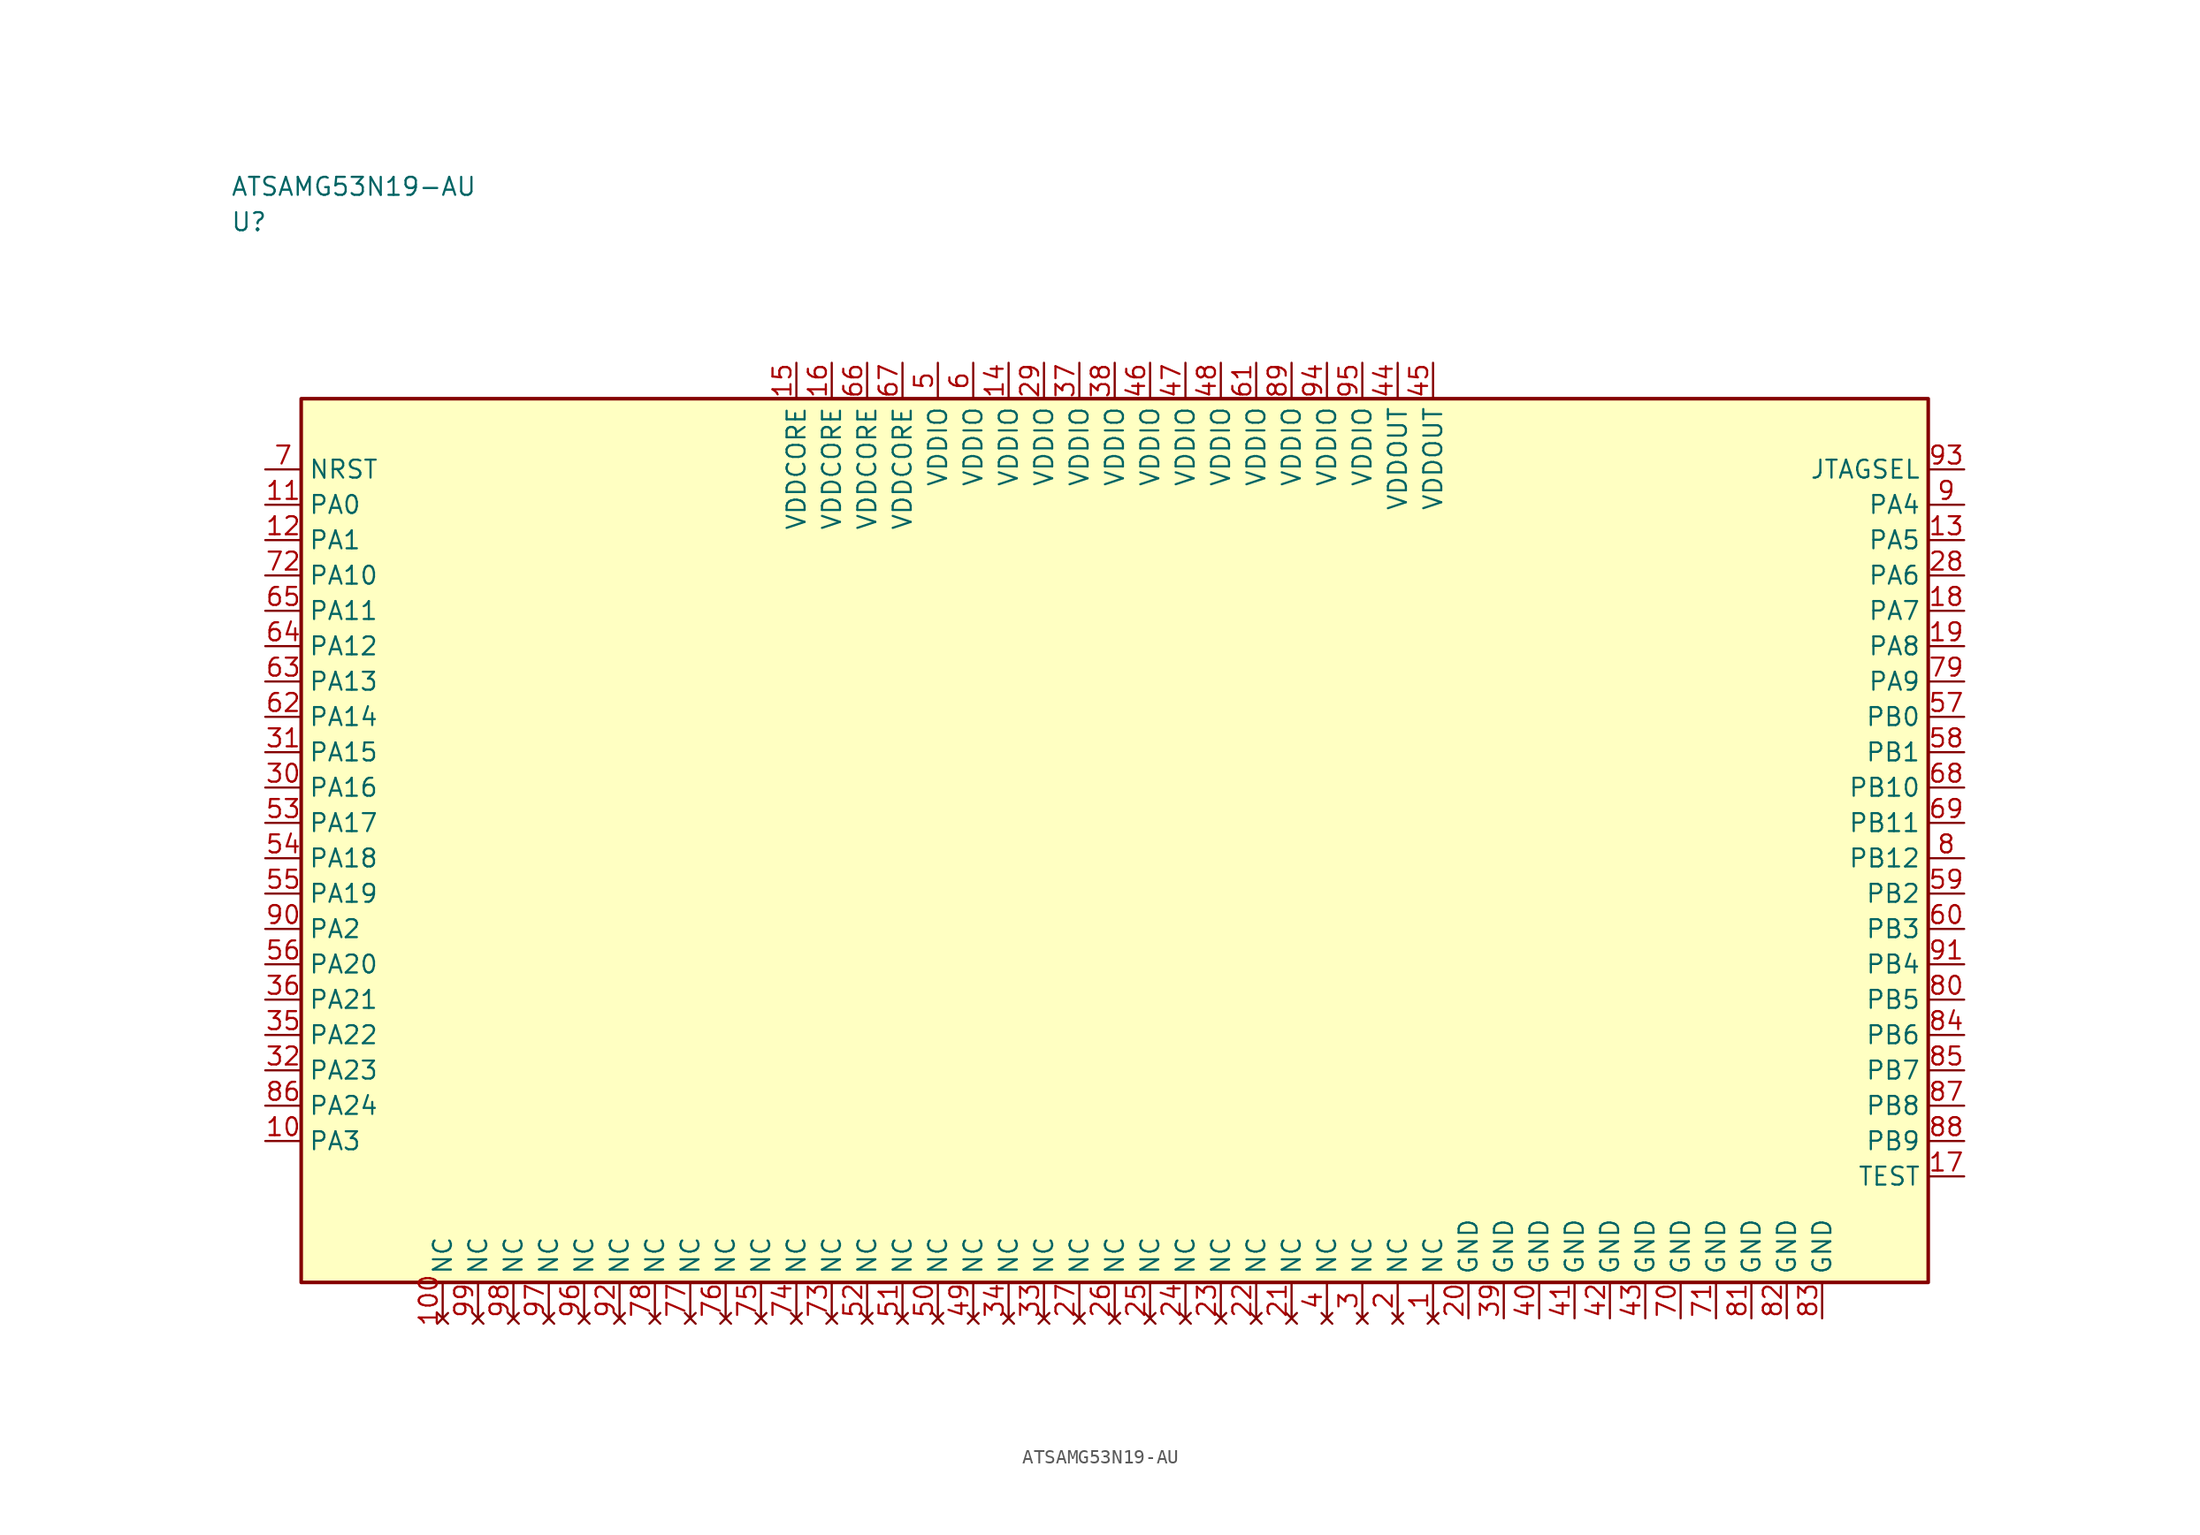
<source format=kicad_sym>
(kicad_symbol_lib
  (version 20241025)
  (generator "kicad_symbol_editor")
  (generator_version "8.0")
  (symbol "ATSAMG53N19-AU"
    (property "Reference" "U"
      (at -62.5 43.75 0)
      (effects (font (size 1.27 1.27)) (justify left)))
    (property "Value" "ATSAMG53N19-AU"
      (at -62.5 46.25 0)
      (effects (font (size 1.27 1.27)) (justify left)))
    (symbol "ATSAMG53N19-AU_0_1"
      (rectangle (start -57.5 31.25) (end 57.5 -31.25) (stroke (width 0.254) (type default)) (fill (type background))))
    (symbol "ATSAMG53N19-AU_1_1"
      (pin bidirectional line (at -60.04 23.75 0.0) (length 2.54) (name "PA0" (effects (font (size 1.27 1.27)))) (number "11" (effects (font (size 1.27 1.27)))))
      (pin bidirectional line (at -60.04 21.25 0.0) (length 2.54) (name "PA1" (effects (font (size 1.27 1.27)))) (number "12" (effects (font (size 1.27 1.27)))))
      (pin bidirectional line (at -60.04 -6.25 0.0) (length 2.54) (name "PA2" (effects (font (size 1.27 1.27)))) (number "90" (effects (font (size 1.27 1.27)))))
      (pin bidirectional line (at -60.04 -21.25 0.0) (length 2.54) (name "PA3" (effects (font (size 1.27 1.27)))) (number "10" (effects (font (size 1.27 1.27)))))
      (pin bidirectional line (at 60.04 23.75 180.0) (length 2.54) (name "PA4" (effects (font (size 1.27 1.27)))) (number "9" (effects (font (size 1.27 1.27)))))
      (pin bidirectional line (at 60.04 21.25 180.0) (length 2.54) (name "PA5" (effects (font (size 1.27 1.27)))) (number "13" (effects (font (size 1.27 1.27)))))
      (pin bidirectional line (at 60.04 18.75 180.0) (length 2.54) (name "PA6" (effects (font (size 1.27 1.27)))) (number "28" (effects (font (size 1.27 1.27)))))
      (pin bidirectional line (at 60.04 16.25 180.0) (length 2.54) (name "PA7" (effects (font (size 1.27 1.27)))) (number "18" (effects (font (size 1.27 1.27)))))
      (pin bidirectional line (at 60.04 13.75 180.0) (length 2.54) (name "PA8" (effects (font (size 1.27 1.27)))) (number "19" (effects (font (size 1.27 1.27)))))
      (pin bidirectional line (at 60.04 11.25 180.0) (length 2.54) (name "PA9" (effects (font (size 1.27 1.27)))) (number "79" (effects (font (size 1.27 1.27)))))
      (pin bidirectional line (at -60.04 18.75 0.0) (length 2.54) (name "PA10" (effects (font (size 1.27 1.27)))) (number "72" (effects (font (size 1.27 1.27)))))
      (pin bidirectional line (at -60.04 16.25 0.0) (length 2.54) (name "PA11" (effects (font (size 1.27 1.27)))) (number "65" (effects (font (size 1.27 1.27)))))
      (pin bidirectional line (at -60.04 13.75 0.0) (length 2.54) (name "PA12" (effects (font (size 1.27 1.27)))) (number "64" (effects (font (size 1.27 1.27)))))
      (pin bidirectional line (at -60.04 11.25 0.0) (length 2.54) (name "PA13" (effects (font (size 1.27 1.27)))) (number "63" (effects (font (size 1.27 1.27)))))
      (pin bidirectional line (at -60.04 8.75 0.0) (length 2.54) (name "PA14" (effects (font (size 1.27 1.27)))) (number "62" (effects (font (size 1.27 1.27)))))
      (pin bidirectional line (at -60.04 6.25 0.0) (length 2.54) (name "PA15" (effects (font (size 1.27 1.27)))) (number "31" (effects (font (size 1.27 1.27)))))
      (pin bidirectional line (at -60.04 3.75 0.0) (length 2.54) (name "PA16" (effects (font (size 1.27 1.27)))) (number "30" (effects (font (size 1.27 1.27)))))
      (pin bidirectional line (at -60.04 1.25 0.0) (length 2.54) (name "PA17" (effects (font (size 1.27 1.27)))) (number "53" (effects (font (size 1.27 1.27)))))
      (pin bidirectional line (at -60.04 -1.25 0.0) (length 2.54) (name "PA18" (effects (font (size 1.27 1.27)))) (number "54" (effects (font (size 1.27 1.27)))))
      (pin bidirectional line (at -60.04 -3.75 0.0) (length 2.54) (name "PA19" (effects (font (size 1.27 1.27)))) (number "55" (effects (font (size 1.27 1.27)))))
      (pin bidirectional line (at -60.04 -8.75 0.0) (length 2.54) (name "PA20" (effects (font (size 1.27 1.27)))) (number "56" (effects (font (size 1.27 1.27)))))
      (pin bidirectional line (at -60.04 -11.25 0.0) (length 2.54) (name "PA21" (effects (font (size 1.27 1.27)))) (number "36" (effects (font (size 1.27 1.27)))))
      (pin bidirectional line (at -60.04 -13.75 0.0) (length 2.54) (name "PA22" (effects (font (size 1.27 1.27)))) (number "35" (effects (font (size 1.27 1.27)))))
      (pin bidirectional line (at -60.04 -16.25 0.0) (length 2.54) (name "PA23" (effects (font (size 1.27 1.27)))) (number "32" (effects (font (size 1.27 1.27)))))
      (pin bidirectional line (at -60.04 -18.75 0.0) (length 2.54) (name "PA24" (effects (font (size 1.27 1.27)))) (number "86" (effects (font (size 1.27 1.27)))))
      (pin bidirectional line (at 60.04 8.75 180.0) (length 2.54) (name "PB0" (effects (font (size 1.27 1.27)))) (number "57" (effects (font (size 1.27 1.27)))))
      (pin bidirectional line (at 60.04 6.25 180.0) (length 2.54) (name "PB1" (effects (font (size 1.27 1.27)))) (number "58" (effects (font (size 1.27 1.27)))))
      (pin bidirectional line (at 60.04 -3.75 180.0) (length 2.54) (name "PB2" (effects (font (size 1.27 1.27)))) (number "59" (effects (font (size 1.27 1.27)))))
      (pin bidirectional line (at 60.04 -6.25 180.0) (length 2.54) (name "PB3" (effects (font (size 1.27 1.27)))) (number "60" (effects (font (size 1.27 1.27)))))
      (pin bidirectional line (at 60.04 -11.25 180.0) (length 2.54) (name "PB5" (effects (font (size 1.27 1.27)))) (number "80" (effects (font (size 1.27 1.27)))))
      (pin bidirectional line (at 60.04 -13.75 180.0) (length 2.54) (name "PB6" (effects (font (size 1.27 1.27)))) (number "84" (effects (font (size 1.27 1.27)))))
      (pin bidirectional line (at 60.04 -8.75 180.0) (length 2.54) (name "PB4" (effects (font (size 1.27 1.27)))) (number "91" (effects (font (size 1.27 1.27)))))
      (pin bidirectional line (at 60.04 -16.25 180.0) (length 2.54) (name "PB7" (effects (font (size 1.27 1.27)))) (number "85" (effects (font (size 1.27 1.27)))))
      (pin bidirectional line (at 60.04 -18.75 180.0) (length 2.54) (name "PB8" (effects (font (size 1.27 1.27)))) (number "87" (effects (font (size 1.27 1.27)))))
      (pin bidirectional line (at 60.04 -21.25 180.0) (length 2.54) (name "PB9" (effects (font (size 1.27 1.27)))) (number "88" (effects (font (size 1.27 1.27)))))
      (pin bidirectional line (at 60.04 3.75 180.0) (length 2.54) (name "PB10" (effects (font (size 1.27 1.27)))) (number "68" (effects (font (size 1.27 1.27)))))
      (pin bidirectional line (at 60.04 1.25 180.0) (length 2.54) (name "PB11" (effects (font (size 1.27 1.27)))) (number "69" (effects (font (size 1.27 1.27)))))
      (pin bidirectional line (at 60.04 -1.25 180.0) (length 2.54) (name "PB12" (effects (font (size 1.27 1.27)))) (number "8" (effects (font (size 1.27 1.27)))))
      (pin no_connect line (at 22.5 -33.79 90.0) (length 2.54) (name "NC" (effects (font (size 1.27 1.27)))) (number "1" (effects (font (size 1.27 1.27)))))
      (pin no_connect line (at 20.0 -33.79 90.0) (length 2.54) (name "NC" (effects (font (size 1.27 1.27)))) (number "2" (effects (font (size 1.27 1.27)))))
      (pin no_connect line (at 17.5 -33.79 90.0) (length 2.54) (name "NC" (effects (font (size 1.27 1.27)))) (number "3" (effects (font (size 1.27 1.27)))))
      (pin no_connect line (at 15.0 -33.79 90.0) (length 2.54) (name "NC" (effects (font (size 1.27 1.27)))) (number "4" (effects (font (size 1.27 1.27)))))
      (pin power_in line (at -12.5 33.79 270.0) (length 2.54) (name "VDDIO" (effects (font (size 1.27 1.27)))) (number "5" (effects (font (size 1.27 1.27)))))
      (pin power_in line (at -10.0 33.79 270.0) (length 2.54) (name "VDDIO" (effects (font (size 1.27 1.27)))) (number "6" (effects (font (size 1.27 1.27)))))
      (pin input line (at -60.04 26.25 0.0) (length 2.54) (name "NRST" (effects (font (size 1.27 1.27)))) (number "7" (effects (font (size 1.27 1.27)))))
      (pin power_in line (at -7.5 33.79 270.0) (length 2.54) (name "VDDIO" (effects (font (size 1.27 1.27)))) (number "14" (effects (font (size 1.27 1.27)))))
      (pin power_in line (at -22.5 33.79 270.0) (length 2.54) (name "VDDCORE" (effects (font (size 1.27 1.27)))) (number "15" (effects (font (size 1.27 1.27)))))
      (pin power_in line (at -20.0 33.79 270.0) (length 2.54) (name "VDDCORE" (effects (font (size 1.27 1.27)))) (number "16" (effects (font (size 1.27 1.27)))))
      (pin bidirectional line (at 60.04 -23.75 180.0) (length 2.54) (name "TEST" (effects (font (size 1.27 1.27)))) (number "17" (effects (font (size 1.27 1.27)))))
      (pin passive line (at 25.0 -33.79 90.0) (length 2.54) (name "GND" (effects (font (size 1.27 1.27)))) (number "20" (effects (font (size 1.27 1.27)))))
      (pin no_connect line (at 12.5 -33.79 90.0) (length 2.54) (name "NC" (effects (font (size 1.27 1.27)))) (number "21" (effects (font (size 1.27 1.27)))))
      (pin no_connect line (at 10.0 -33.79 90.0) (length 2.54) (name "NC" (effects (font (size 1.27 1.27)))) (number "22" (effects (font (size 1.27 1.27)))))
      (pin no_connect line (at 7.5 -33.79 90.0) (length 2.54) (name "NC" (effects (font (size 1.27 1.27)))) (number "23" (effects (font (size 1.27 1.27)))))
      (pin no_connect line (at 5.0 -33.79 90.0) (length 2.54) (name "NC" (effects (font (size 1.27 1.27)))) (number "24" (effects (font (size 1.27 1.27)))))
      (pin no_connect line (at 2.5 -33.79 90.0) (length 2.54) (name "NC" (effects (font (size 1.27 1.27)))) (number "25" (effects (font (size 1.27 1.27)))))
      (pin no_connect line (at 0.0 -33.79 90.0) (length 2.54) (name "NC" (effects (font (size 1.27 1.27)))) (number "26" (effects (font (size 1.27 1.27)))))
      (pin no_connect line (at -2.5 -33.79 90.0) (length 2.54) (name "NC" (effects (font (size 1.27 1.27)))) (number "27" (effects (font (size 1.27 1.27)))))
      (pin power_in line (at -5.0 33.79 270.0) (length 2.54) (name "VDDIO" (effects (font (size 1.27 1.27)))) (number "29" (effects (font (size 1.27 1.27)))))
      (pin no_connect line (at -5.0 -33.79 90.0) (length 2.54) (name "NC" (effects (font (size 1.27 1.27)))) (number "33" (effects (font (size 1.27 1.27)))))
      (pin no_connect line (at -7.5 -33.79 90.0) (length 2.54) (name "NC" (effects (font (size 1.27 1.27)))) (number "34" (effects (font (size 1.27 1.27)))))
      (pin power_in line (at -2.5 33.79 270.0) (length 2.54) (name "VDDIO" (effects (font (size 1.27 1.27)))) (number "37" (effects (font (size 1.27 1.27)))))
      (pin power_in line (at 0.0 33.79 270.0) (length 2.54) (name "VDDIO" (effects (font (size 1.27 1.27)))) (number "38" (effects (font (size 1.27 1.27)))))
      (pin passive line (at 27.5 -33.79 90.0) (length 2.54) (name "GND" (effects (font (size 1.27 1.27)))) (number "39" (effects (font (size 1.27 1.27)))))
      (pin passive line (at 30.0 -33.79 90.0) (length 2.54) (name "GND" (effects (font (size 1.27 1.27)))) (number "40" (effects (font (size 1.27 1.27)))))
      (pin passive line (at 32.5 -33.79 90.0) (length 2.54) (name "GND" (effects (font (size 1.27 1.27)))) (number "41" (effects (font (size 1.27 1.27)))))
      (pin passive line (at 35.0 -33.79 90.0) (length 2.54) (name "GND" (effects (font (size 1.27 1.27)))) (number "42" (effects (font (size 1.27 1.27)))))
      (pin passive line (at 37.5 -33.79 90.0) (length 2.54) (name "GND" (effects (font (size 1.27 1.27)))) (number "43" (effects (font (size 1.27 1.27)))))
      (pin power_in line (at 20.0 33.79 270.0) (length 2.54) (name "VDDOUT" (effects (font (size 1.27 1.27)))) (number "44" (effects (font (size 1.27 1.27)))))
      (pin power_in line (at 22.5 33.79 270.0) (length 2.54) (name "VDDOUT" (effects (font (size 1.27 1.27)))) (number "45" (effects (font (size 1.27 1.27)))))
      (pin power_in line (at 2.5 33.79 270.0) (length 2.54) (name "VDDIO" (effects (font (size 1.27 1.27)))) (number "46" (effects (font (size 1.27 1.27)))))
      (pin power_in line (at 5.0 33.79 270.0) (length 2.54) (name "VDDIO" (effects (font (size 1.27 1.27)))) (number "47" (effects (font (size 1.27 1.27)))))
      (pin power_in line (at 7.5 33.79 270.0) (length 2.54) (name "VDDIO" (effects (font (size 1.27 1.27)))) (number "48" (effects (font (size 1.27 1.27)))))
      (pin no_connect line (at -10.0 -33.79 90.0) (length 2.54) (name "NC" (effects (font (size 1.27 1.27)))) (number "49" (effects (font (size 1.27 1.27)))))
      (pin no_connect line (at -12.5 -33.79 90.0) (length 2.54) (name "NC" (effects (font (size 1.27 1.27)))) (number "50" (effects (font (size 1.27 1.27)))))
      (pin no_connect line (at -15.0 -33.79 90.0) (length 2.54) (name "NC" (effects (font (size 1.27 1.27)))) (number "51" (effects (font (size 1.27 1.27)))))
      (pin no_connect line (at -17.5 -33.79 90.0) (length 2.54) (name "NC" (effects (font (size 1.27 1.27)))) (number "52" (effects (font (size 1.27 1.27)))))
      (pin power_in line (at 10.0 33.79 270.0) (length 2.54) (name "VDDIO" (effects (font (size 1.27 1.27)))) (number "61" (effects (font (size 1.27 1.27)))))
      (pin power_in line (at -17.5 33.79 270.0) (length 2.54) (name "VDDCORE" (effects (font (size 1.27 1.27)))) (number "66" (effects (font (size 1.27 1.27)))))
      (pin power_in line (at -15.0 33.79 270.0) (length 2.54) (name "VDDCORE" (effects (font (size 1.27 1.27)))) (number "67" (effects (font (size 1.27 1.27)))))
      (pin passive line (at 40.0 -33.79 90.0) (length 2.54) (name "GND" (effects (font (size 1.27 1.27)))) (number "70" (effects (font (size 1.27 1.27)))))
      (pin passive line (at 42.5 -33.79 90.0) (length 2.54) (name "GND" (effects (font (size 1.27 1.27)))) (number "71" (effects (font (size 1.27 1.27)))))
      (pin no_connect line (at -20.0 -33.79 90.0) (length 2.54) (name "NC" (effects (font (size 1.27 1.27)))) (number "73" (effects (font (size 1.27 1.27)))))
      (pin no_connect line (at -22.5 -33.79 90.0) (length 2.54) (name "NC" (effects (font (size 1.27 1.27)))) (number "74" (effects (font (size 1.27 1.27)))))
      (pin no_connect line (at -25.0 -33.79 90.0) (length 2.54) (name "NC" (effects (font (size 1.27 1.27)))) (number "75" (effects (font (size 1.27 1.27)))))
      (pin no_connect line (at -27.5 -33.79 90.0) (length 2.54) (name "NC" (effects (font (size 1.27 1.27)))) (number "76" (effects (font (size 1.27 1.27)))))
      (pin no_connect line (at -30.0 -33.79 90.0) (length 2.54) (name "NC" (effects (font (size 1.27 1.27)))) (number "77" (effects (font (size 1.27 1.27)))))
      (pin no_connect line (at -32.5 -33.79 90.0) (length 2.54) (name "NC" (effects (font (size 1.27 1.27)))) (number "78" (effects (font (size 1.27 1.27)))))
      (pin passive line (at 45.0 -33.79 90.0) (length 2.54) (name "GND" (effects (font (size 1.27 1.27)))) (number "81" (effects (font (size 1.27 1.27)))))
      (pin passive line (at 47.5 -33.79 90.0) (length 2.54) (name "GND" (effects (font (size 1.27 1.27)))) (number "82" (effects (font (size 1.27 1.27)))))
      (pin passive line (at 50.0 -33.79 90.0) (length 2.54) (name "GND" (effects (font (size 1.27 1.27)))) (number "83" (effects (font (size 1.27 1.27)))))
      (pin power_in line (at 12.5 33.79 270.0) (length 2.54) (name "VDDIO" (effects (font (size 1.27 1.27)))) (number "89" (effects (font (size 1.27 1.27)))))
      (pin no_connect line (at -35.0 -33.79 90.0) (length 2.54) (name "NC" (effects (font (size 1.27 1.27)))) (number "92" (effects (font (size 1.27 1.27)))))
      (pin output line (at 60.04 26.25 180.0) (length 2.54) (name "JTAGSEL" (effects (font (size 1.27 1.27)))) (number "93" (effects (font (size 1.27 1.27)))))
      (pin power_in line (at 15.0 33.79 270.0) (length 2.54) (name "VDDIO" (effects (font (size 1.27 1.27)))) (number "94" (effects (font (size 1.27 1.27)))))
      (pin power_in line (at 17.5 33.79 270.0) (length 2.54) (name "VDDIO" (effects (font (size 1.27 1.27)))) (number "95" (effects (font (size 1.27 1.27)))))
      (pin no_connect line (at -37.5 -33.79 90.0) (length 2.54) (name "NC" (effects (font (size 1.27 1.27)))) (number "96" (effects (font (size 1.27 1.27)))))
      (pin no_connect line (at -40.0 -33.79 90.0) (length 2.54) (name "NC" (effects (font (size 1.27 1.27)))) (number "97" (effects (font (size 1.27 1.27)))))
      (pin no_connect line (at -42.5 -33.79 90.0) (length 2.54) (name "NC" (effects (font (size 1.27 1.27)))) (number "98" (effects (font (size 1.27 1.27)))))
      (pin no_connect line (at -45.0 -33.79 90.0) (length 2.54) (name "NC" (effects (font (size 1.27 1.27)))) (number "99" (effects (font (size 1.27 1.27)))))
      (pin no_connect line (at -47.5 -33.79 90.0) (length 2.54) (name "NC" (effects (font (size 1.27 1.27)))) (number "100" (effects (font (size 1.27 1.27))))))))
</source>
